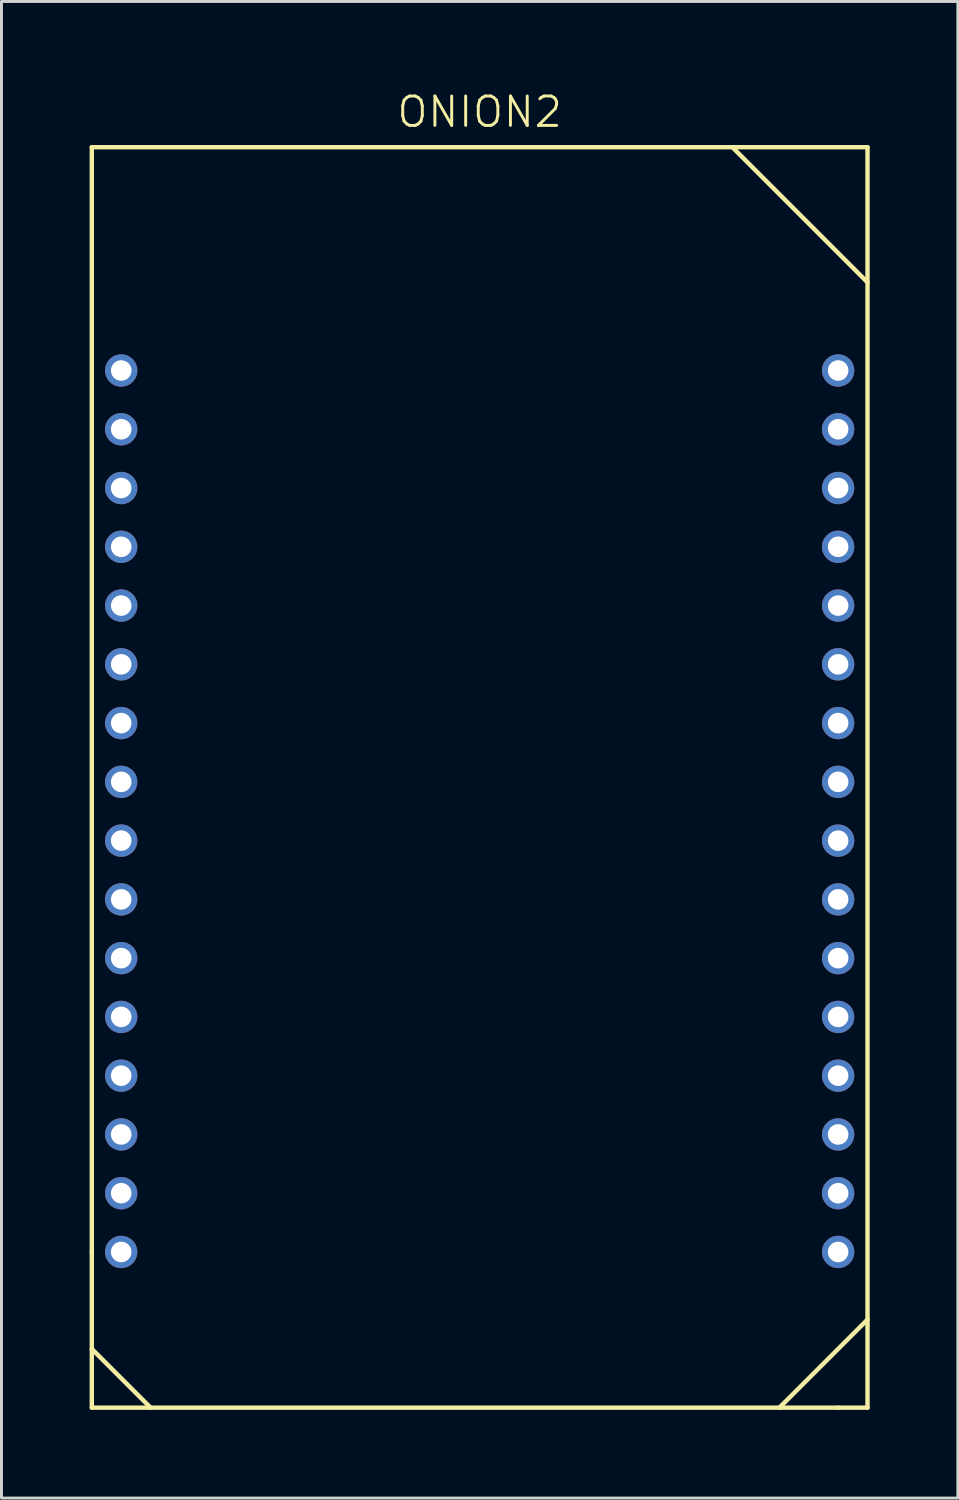
<source format=kicad_pcb>
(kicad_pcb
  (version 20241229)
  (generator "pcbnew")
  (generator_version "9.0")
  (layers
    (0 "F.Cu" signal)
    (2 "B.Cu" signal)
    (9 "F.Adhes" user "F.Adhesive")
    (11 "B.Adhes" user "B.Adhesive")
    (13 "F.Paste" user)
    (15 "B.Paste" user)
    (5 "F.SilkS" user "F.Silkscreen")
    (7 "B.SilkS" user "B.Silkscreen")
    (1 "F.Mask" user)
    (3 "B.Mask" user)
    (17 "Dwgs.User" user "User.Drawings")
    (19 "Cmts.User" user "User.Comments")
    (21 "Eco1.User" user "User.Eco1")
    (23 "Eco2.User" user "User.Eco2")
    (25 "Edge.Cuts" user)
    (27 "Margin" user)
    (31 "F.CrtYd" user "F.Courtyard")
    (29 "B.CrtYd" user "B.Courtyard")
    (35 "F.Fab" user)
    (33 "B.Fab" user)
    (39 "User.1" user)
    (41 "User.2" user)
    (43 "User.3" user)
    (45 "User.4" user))
  (footprint "ONION2"
    (layer "F.Cu")
    (at 1.075 9.56)
    (property "Reference" "ONION2" (at 12.2 -8.8 0) (layer "F.SilkS") (effects (font (size 1 1) (thickness 0.1))))
    (attr through_hole)
    (fp_line (start -1 -7.6) (end -1 30) (stroke (width 0.15) (type solid)) (layer "F.SilkS"))
    (fp_line (start -1 30) (end -1 35.3) (stroke (width 0.15) (type solid)) (layer "F.SilkS"))
    (fp_line (start -1 35.3) (end 24.4 35.3) (stroke (width 0.15) (type solid)) (layer "F.SilkS"))
    (fp_line (start 1 35.3) (end -1 33.3) (stroke (width 0.15) (type solid)) (layer "F.SilkS"))
    (fp_line (start 22.4 35.3) (end 25.4 32.3) (stroke (width 0.15) (type solid)) (layer "F.SilkS"))
    (fp_line (start 24.4 35.3) (end 25.4 35.3) (stroke (width 0.15) (type solid)) (layer "F.SilkS"))
    (fp_line (start 25.4 -7.6) (end -1 -7.6) (stroke (width 0.15) (type solid)) (layer "F.SilkS"))
    (fp_line (start 25.4 -3) (end 20.8 -7.6) (stroke (width 0.15) (type solid)) (layer "F.SilkS"))
    (fp_line (start 25.4 35.3) (end 25.4 -7.6) (stroke (width 0.15) (type solid)) (layer "F.SilkS"))
    (pad "1" thru_hole circle (at 0 0) (size 1.1 1.1) (drill 0.7) (layers "*.Cu" "*.Mask"))
    (pad "2" thru_hole circle (at 0 2) (size 1.1 1.1) (drill 0.7) (layers "*.Cu" "*.Mask"))
    (pad "3" thru_hole circle (at 0 4) (size 1.1 1.1) (drill 0.7) (layers "*.Cu" "*.Mask"))
    (pad "4" thru_hole circle (at 0 6) (size 1.1 1.1) (drill 0.7) (layers "*.Cu" "*.Mask"))
    (pad "5" thru_hole circle (at 0 8) (size 1.1 1.1) (drill 0.7) (layers "*.Cu" "*.Mask"))
    (pad "6" thru_hole circle (at 0 10) (size 1.1 1.1) (drill 0.7) (layers "*.Cu" "*.Mask"))
    (pad "7" thru_hole circle (at 0 12) (size 1.1 1.1) (drill 0.7) (layers "*.Cu" "*.Mask"))
    (pad "8" thru_hole circle (at 0 14) (size 1.1 1.1) (drill 0.7) (layers "*.Cu" "*.Mask"))
    (pad "9" thru_hole circle (at 0 16) (size 1.1 1.1) (drill 0.7) (layers "*.Cu" "*.Mask"))
    (pad "10" thru_hole circle (at 0 18) (size 1.1 1.1) (drill 0.7) (layers "*.Cu" "*.Mask"))
    (pad "11" thru_hole circle (at 0 20) (size 1.1 1.1) (drill 0.7) (layers "*.Cu" "*.Mask"))
    (pad "12" thru_hole circle (at 0 22) (size 1.1 1.1) (drill 0.7) (layers "*.Cu" "*.Mask"))
    (pad "13" thru_hole circle (at 0 24) (size 1.1 1.1) (drill 0.7) (layers "*.Cu" "*.Mask"))
    (pad "14" thru_hole circle (at 0 26) (size 1.1 1.1) (drill 0.7) (layers "*.Cu" "*.Mask"))
    (pad "15" thru_hole circle (at 0 28) (size 1.1 1.1) (drill 0.7) (layers "*.Cu" "*.Mask"))
    (pad "16" thru_hole circle (at 0 30) (size 1.1 1.1) (drill 0.7) (layers "*.Cu" "*.Mask"))
    (pad "17" thru_hole circle (at 24.4 30) (size 1.1 1.1) (drill 0.7) (layers "*.Cu" "*.Mask"))
    (pad "18" thru_hole circle (at 24.4 28) (size 1.1 1.1) (drill 0.7) (layers "*.Cu" "*.Mask"))
    (pad "19" thru_hole circle (at 24.4 26) (size 1.1 1.1) (drill 0.7) (layers "*.Cu" "*.Mask"))
    (pad "20" thru_hole circle (at 24.4 24) (size 1.1 1.1) (drill 0.7) (layers "*.Cu" "*.Mask"))
    (pad "21" thru_hole circle (at 24.4 22) (size 1.1 1.1) (drill 0.7) (layers "*.Cu" "*.Mask"))
    (pad "22" thru_hole circle (at 24.4 20) (size 1.1 1.1) (drill 0.7) (layers "*.Cu" "*.Mask"))
    (pad "23" thru_hole circle (at 24.4 18) (size 1.1 1.1) (drill 0.7) (layers "*.Cu" "*.Mask"))
    (pad "24" thru_hole circle (at 24.4 16) (size 1.1 1.1) (drill 0.7) (layers "*.Cu" "*.Mask"))
    (pad "25" thru_hole circle (at 24.4 14) (size 1.1 1.1) (drill 0.7) (layers "*.Cu" "*.Mask"))
    (pad "26" thru_hole circle (at 24.4 12) (size 1.1 1.1) (drill 0.7) (layers "*.Cu" "*.Mask"))
    (pad "27" thru_hole circle (at 24.4 10) (size 1.1 1.1) (drill 0.7) (layers "*.Cu" "*.Mask"))
    (pad "28" thru_hole circle (at 24.4 8) (size 1.1 1.1) (drill 0.7) (layers "*.Cu" "*.Mask"))
    (pad "29" thru_hole circle (at 24.4 6) (size 1.1 1.1) (drill 0.7) (layers "*.Cu" "*.Mask"))
    (pad "30" thru_hole circle (at 24.4 4) (size 1.1 1.1) (drill 0.7) (layers "*.Cu" "*.Mask"))
    (pad "31" thru_hole circle (at 24.4 2) (size 1.1 1.1) (drill 0.7) (layers "*.Cu" "*.Mask"))
    (pad "32" thru_hole circle (at 24.4 0) (size 1.1 1.1) (drill 0.7) (layers "*.Cu" "*.Mask")))
  (gr_rect
    (start -3 -3)
    (end 29.55 47.935)
    (stroke (width 0.1) (type default))
    (fill no)
    (layer "Edge.Cuts")))
</source>
